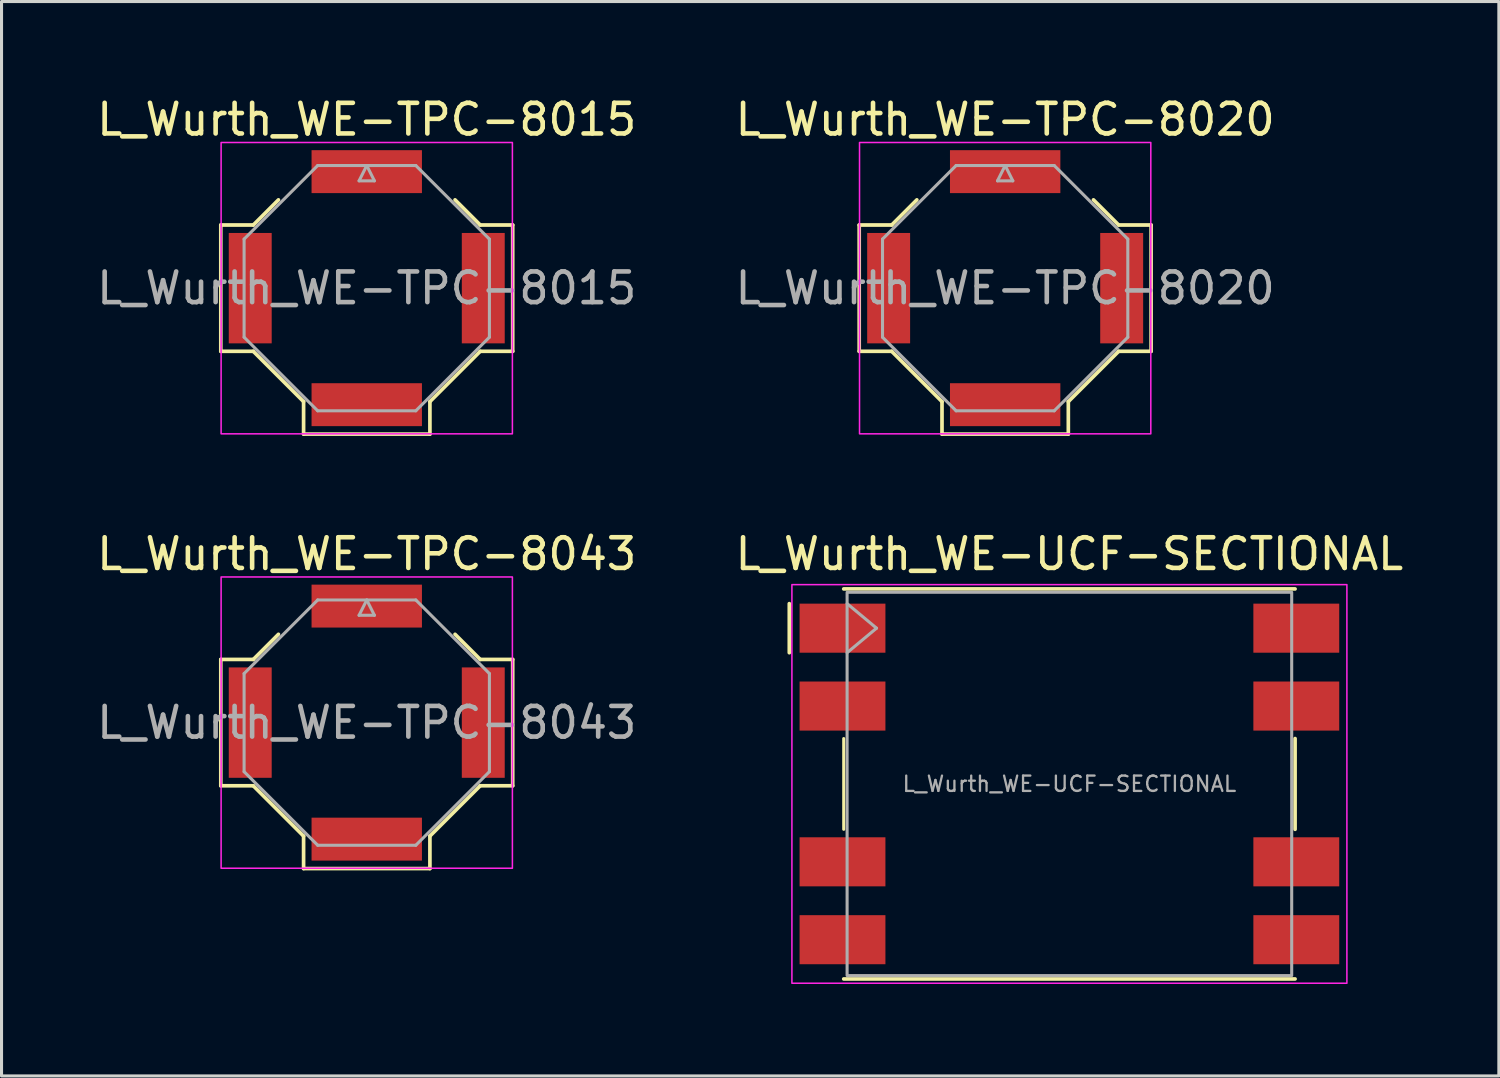
<source format=kicad_pcb>
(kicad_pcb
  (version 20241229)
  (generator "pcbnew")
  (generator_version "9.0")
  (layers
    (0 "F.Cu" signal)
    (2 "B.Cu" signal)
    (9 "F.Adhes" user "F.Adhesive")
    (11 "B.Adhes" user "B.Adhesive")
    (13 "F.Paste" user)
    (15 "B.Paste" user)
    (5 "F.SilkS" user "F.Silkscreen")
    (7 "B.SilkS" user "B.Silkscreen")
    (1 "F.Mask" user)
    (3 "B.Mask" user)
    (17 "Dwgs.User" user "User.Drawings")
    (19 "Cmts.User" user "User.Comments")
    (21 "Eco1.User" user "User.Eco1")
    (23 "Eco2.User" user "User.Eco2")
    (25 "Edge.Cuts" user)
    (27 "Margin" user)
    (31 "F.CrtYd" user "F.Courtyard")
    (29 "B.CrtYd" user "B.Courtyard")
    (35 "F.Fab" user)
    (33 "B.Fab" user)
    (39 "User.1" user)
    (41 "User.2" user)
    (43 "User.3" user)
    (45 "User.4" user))
  (footprint "L_Wurth_WE-TPC-8015"
    (layer "F.Cu")
    (at 8.911 6.348)
    (property "Reference" "L_Wurth_WE-TPC-8015" (at 0 -5.5 0) (unlocked yes) (layer "F.SilkS") (effects (font (size 1 1) (thickness 0.15))))
    (attr smd)
    (fp_line (start -4.76 -2.06) (end -4.76 2.06) (stroke (width 0.12) (type solid)) (layer "F.SilkS"))
    (fp_line (start -3.7 -2.06) (end -4.76 -2.06) (stroke (width 0.12) (type solid)) (layer "F.SilkS"))
    (fp_line (start -3.7 2.06) (end -4.76 2.06) (stroke (width 0.12) (type solid)) (layer "F.SilkS"))
    (fp_line (start -3.7 2.06) (end -2.06 3.7) (stroke (width 0.12) (type solid)) (layer "F.SilkS"))
    (fp_line (start -2.88 -2.88) (end -3.7 -2.06) (stroke (width 0.12) (type solid)) (layer "F.SilkS"))
    (fp_line (start -2.06 3.7) (end -2.06 4.76) (stroke (width 0.12) (type solid)) (layer "F.SilkS"))
    (fp_line (start -2.06 4.76) (end 2.06 4.76) (stroke (width 0.12) (type solid)) (layer "F.SilkS"))
    (fp_line (start 2.06 3.7) (end 2.06 4.76) (stroke (width 0.12) (type solid)) (layer "F.SilkS"))
    (fp_line (start 2.06 3.7) (end 3.7 2.06) (stroke (width 0.12) (type solid)) (layer "F.SilkS"))
    (fp_line (start 3.7 -2.06) (end 2.88 -2.88) (stroke (width 0.12) (type solid)) (layer "F.SilkS"))
    (fp_line (start 3.7 -2.06) (end 4.76 -2.06) (stroke (width 0.12) (type solid)) (layer "F.SilkS"))
    (fp_line (start 3.7 2.06) (end 4.76 2.06) (stroke (width 0.12) (type solid)) (layer "F.SilkS"))
    (fp_line (start 4.76 2.06) (end 4.76 -2.06) (stroke (width 0.12) (type solid)) (layer "F.SilkS"))
    (fp_rect (start -4.75 -4.75) (end 4.75 4.75) (stroke (width 0.05) (type solid)) (fill no) (layer "F.CrtYd"))
    (fp_line (start -4 -1.6) (end -4 1.6) (stroke (width 0.1) (type solid)) (layer "F.Fab"))
    (fp_line (start -4 -1.6) (end -1.6 -4) (stroke (width 0.1) (type solid)) (layer "F.Fab"))
    (fp_line (start -4 1.6) (end -1.6 4) (stroke (width 0.1) (type solid)) (layer "F.Fab"))
    (fp_line (start -1.6 -4) (end 1.6 -4) (stroke (width 0.1) (type solid)) (layer "F.Fab"))
    (fp_line (start -1.6 4) (end 1.6 4) (stroke (width 0.1) (type solid)) (layer "F.Fab"))
    (fp_line (start -0.25 -3.5) (end 0.25 -3.5) (stroke (width 0.1) (type solid)) (layer "F.Fab"))
    (fp_line (start 0 -4) (end -0.25 -3.5) (stroke (width 0.1) (type solid)) (layer "F.Fab"))
    (fp_line (start 0 -4) (end 0.25 -3.5) (stroke (width 0.1) (type solid)) (layer "F.Fab"))
    (fp_line (start 1.6 -4) (end 4 -1.6) (stroke (width 0.1) (type solid)) (layer "F.Fab"))
    (fp_line (start 1.6 4) (end 4 1.6) (stroke (width 0.1) (type solid)) (layer "F.Fab"))
    (fp_line (start 4 -1.6) (end 4 1.6) (stroke (width 0.1) (type solid)) (layer "F.Fab"))
    (fp_text user "${REFERENCE}" (at 0 0 0) (unlocked yes) (layer "F.Fab") (effects (font (size 1 1) (thickness 0.15))))
    (pad "1" smd rect (at 0 -3.8) (size 3.6 1.4) (layers "F.Cu" "F.Mask" "F.Paste"))
    (pad "2" smd rect (at 0 3.8) (size 3.6 1.4) (layers "F.Cu" "F.Mask" "F.Paste"))
    (pad "MP1" smd rect (at -3.8 0) (size 1.4 3.6) (layers "F.Cu" "F.Mask" "F.Paste"))
    (pad "MP2" smd rect (at 3.8 0) (size 1.4 3.6) (layers "F.Cu" "F.Mask" "F.Paste")))
  (footprint "L_Wurth_WE-TPC-8020"
    (layer "F.Cu")
    (at 29.732 6.348)
    (property "Reference" "L_Wurth_WE-TPC-8020" (at 0 -5.5 0) (unlocked yes) (layer "F.SilkS") (effects (font (size 1 1) (thickness 0.15))))
    (attr smd)
    (fp_line (start -4.76 -2.06) (end -4.76 2.06) (stroke (width 0.12) (type solid)) (layer "F.SilkS"))
    (fp_line (start -3.7 -2.06) (end -4.76 -2.06) (stroke (width 0.12) (type solid)) (layer "F.SilkS"))
    (fp_line (start -3.7 2.06) (end -4.76 2.06) (stroke (width 0.12) (type solid)) (layer "F.SilkS"))
    (fp_line (start -3.7 2.06) (end -2.06 3.7) (stroke (width 0.12) (type solid)) (layer "F.SilkS"))
    (fp_line (start -2.88 -2.88) (end -3.7 -2.06) (stroke (width 0.12) (type solid)) (layer "F.SilkS"))
    (fp_line (start -2.06 3.7) (end -2.06 4.76) (stroke (width 0.12) (type solid)) (layer "F.SilkS"))
    (fp_line (start -2.06 4.76) (end 2.06 4.76) (stroke (width 0.12) (type solid)) (layer "F.SilkS"))
    (fp_line (start 2.06 3.7) (end 2.06 4.76) (stroke (width 0.12) (type solid)) (layer "F.SilkS"))
    (fp_line (start 2.06 3.7) (end 3.7 2.06) (stroke (width 0.12) (type solid)) (layer "F.SilkS"))
    (fp_line (start 3.7 -2.06) (end 2.88 -2.88) (stroke (width 0.12) (type solid)) (layer "F.SilkS"))
    (fp_line (start 3.7 -2.06) (end 4.76 -2.06) (stroke (width 0.12) (type solid)) (layer "F.SilkS"))
    (fp_line (start 3.7 2.06) (end 4.76 2.06) (stroke (width 0.12) (type solid)) (layer "F.SilkS"))
    (fp_line (start 4.76 2.06) (end 4.76 -2.06) (stroke (width 0.12) (type solid)) (layer "F.SilkS"))
    (fp_rect (start -4.75 -4.75) (end 4.75 4.75) (stroke (width 0.05) (type solid)) (fill no) (layer "F.CrtYd"))
    (fp_line (start -4 -1.6) (end -4 1.6) (stroke (width 0.1) (type solid)) (layer "F.Fab"))
    (fp_line (start -4 -1.6) (end -1.6 -4) (stroke (width 0.1) (type solid)) (layer "F.Fab"))
    (fp_line (start -4 1.6) (end -1.6 4) (stroke (width 0.1) (type solid)) (layer "F.Fab"))
    (fp_line (start -1.6 -4) (end 1.6 -4) (stroke (width 0.1) (type solid)) (layer "F.Fab"))
    (fp_line (start -1.6 4) (end 1.6 4) (stroke (width 0.1) (type solid)) (layer "F.Fab"))
    (fp_line (start -0.25 -3.5) (end 0.25 -3.5) (stroke (width 0.1) (type solid)) (layer "F.Fab"))
    (fp_line (start 0 -4) (end -0.25 -3.5) (stroke (width 0.1) (type solid)) (layer "F.Fab"))
    (fp_line (start 0 -4) (end 0.25 -3.5) (stroke (width 0.1) (type solid)) (layer "F.Fab"))
    (fp_line (start 1.6 -4) (end 4 -1.6) (stroke (width 0.1) (type solid)) (layer "F.Fab"))
    (fp_line (start 1.6 4) (end 4 1.6) (stroke (width 0.1) (type solid)) (layer "F.Fab"))
    (fp_line (start 4 -1.6) (end 4 1.6) (stroke (width 0.1) (type solid)) (layer "F.Fab"))
    (fp_text user "${REFERENCE}" (at 0 0 0) (unlocked yes) (layer "F.Fab") (effects (font (size 1 1) (thickness 0.15))))
    (pad "1" smd rect (at 0 -3.8) (size 3.6 1.4) (layers "F.Cu" "F.Mask" "F.Paste"))
    (pad "2" smd rect (at 0 3.8) (size 3.6 1.4) (layers "F.Cu" "F.Mask" "F.Paste"))
    (pad "MP1" smd rect (at -3.8 0) (size 1.4 3.6) (layers "F.Cu" "F.Mask" "F.Paste"))
    (pad "MP2" smd rect (at 3.8 0) (size 1.4 3.6) (layers "F.Cu" "F.Mask" "F.Paste")))
  (footprint "L_Wurth_WE-UCF-SECTIONAL"
    (layer "F.Cu")
    (at 31.827 22.517)
    (property "Reference" "L_Wurth_WE-UCF-SECTIONAL" (at 0 -7.5 0) (unlocked yes) (layer "F.SilkS") (effects (font (size 1 1) (thickness 0.15))))
    (attr smd)
    (fp_line (start -9.135 -5.88) (end -9.135 -4.28) (stroke (width 0.12) (type solid)) (layer "F.SilkS"))
    (fp_line (start -7.36 -6.36) (end 7.36 -6.36) (stroke (width 0.12) (type default)) (layer "F.SilkS"))
    (fp_line (start -7.36 1.48) (end -7.36 -1.48) (stroke (width 0.1) (type default)) (layer "F.SilkS"))
    (fp_line (start 7.36 -1.48) (end 7.36 1.48) (stroke (width 0.12) (type default)) (layer "F.SilkS"))
    (fp_line (start 7.36 6.36) (end -7.36 6.36) (stroke (width 0.12) (type default)) (layer "F.SilkS"))
    (fp_rect (start -9.05 -6.5) (end 9.05 6.5) (stroke (width 0.05) (type solid)) (fill no) (layer "F.CrtYd"))
    (fp_line (start -7.25 -5.88) (end -6.29 -5.08) (stroke (width 0.1) (type solid)) (layer "F.Fab"))
    (fp_line (start -7.25 -4.28) (end -6.29 -5.08) (stroke (width 0.1) (type solid)) (layer "F.Fab"))
    (fp_rect (start -7.25 -6.25) (end 7.25 6.25) (stroke (width 0.1) (type solid)) (fill no) (layer "F.Fab"))
    (fp_text user "${REFERENCE}" (at 0 0 0) (unlocked yes) (layer "F.Fab") (effects (font (size 0.5 0.5) (thickness 0.075))))
    (pad "1" smd rect (at -7.4 -5.08) (size 2.8 1.6) (layers "F.Cu" "F.Mask" "F.Paste"))
    (pad "2" smd rect (at -7.4 -2.54) (size 2.8 1.6) (layers "F.Cu" "F.Mask" "F.Paste"))
    (pad "4" smd rect (at -7.4 2.54) (size 2.8 1.6) (layers "F.Cu" "F.Mask" "F.Paste"))
    (pad "5" smd rect (at -7.4 5.08) (size 2.8 1.6) (layers "F.Cu" "F.Mask" "F.Paste"))
    (pad "6" smd rect (at 7.4 5.08) (size 2.8 1.6) (layers "F.Cu" "F.Mask" "F.Paste"))
    (pad "7" smd rect (at 7.4 2.54) (size 2.8 1.6) (layers "F.Cu" "F.Mask" "F.Paste"))
    (pad "9" smd rect (at 7.4 -2.54) (size 2.8 1.6) (layers "F.Cu" "F.Mask" "F.Paste"))
    (pad "10" smd rect (at 7.4 -5.08) (size 2.8 1.6) (layers "F.Cu" "F.Mask" "F.Paste")))
  (footprint "L_Wurth_WE-TPC-8043"
    (layer "F.Cu")
    (at 8.911 20.517)
    (property "Reference" "L_Wurth_WE-TPC-8043" (at 0 -5.5 0) (unlocked yes) (layer "F.SilkS") (effects (font (size 1 1) (thickness 0.15))))
    (attr smd)
    (fp_line (start -4.76 -2.06) (end -4.76 2.06) (stroke (width 0.12) (type solid)) (layer "F.SilkS"))
    (fp_line (start -3.7 -2.06) (end -4.76 -2.06) (stroke (width 0.12) (type solid)) (layer "F.SilkS"))
    (fp_line (start -3.7 2.06) (end -4.76 2.06) (stroke (width 0.12) (type solid)) (layer "F.SilkS"))
    (fp_line (start -3.7 2.06) (end -2.06 3.7) (stroke (width 0.12) (type solid)) (layer "F.SilkS"))
    (fp_line (start -2.88 -2.88) (end -3.7 -2.06) (stroke (width 0.12) (type solid)) (layer "F.SilkS"))
    (fp_line (start -2.06 3.7) (end -2.06 4.76) (stroke (width 0.12) (type solid)) (layer "F.SilkS"))
    (fp_line (start -2.06 4.76) (end 2.06 4.76) (stroke (width 0.12) (type solid)) (layer "F.SilkS"))
    (fp_line (start 2.06 3.7) (end 2.06 4.76) (stroke (width 0.12) (type solid)) (layer "F.SilkS"))
    (fp_line (start 2.06 3.7) (end 3.7 2.06) (stroke (width 0.12) (type solid)) (layer "F.SilkS"))
    (fp_line (start 3.7 -2.06) (end 2.88 -2.88) (stroke (width 0.12) (type solid)) (layer "F.SilkS"))
    (fp_line (start 3.7 -2.06) (end 4.76 -2.06) (stroke (width 0.12) (type solid)) (layer "F.SilkS"))
    (fp_line (start 3.7 2.06) (end 4.76 2.06) (stroke (width 0.12) (type solid)) (layer "F.SilkS"))
    (fp_line (start 4.76 2.06) (end 4.76 -2.06) (stroke (width 0.12) (type solid)) (layer "F.SilkS"))
    (fp_rect (start -4.75 -4.75) (end 4.75 4.75) (stroke (width 0.05) (type solid)) (fill no) (layer "F.CrtYd"))
    (fp_line (start -4 -1.6) (end -4 1.6) (stroke (width 0.1) (type solid)) (layer "F.Fab"))
    (fp_line (start -4 -1.6) (end -1.6 -4) (stroke (width 0.1) (type solid)) (layer "F.Fab"))
    (fp_line (start -4 1.6) (end -1.6 4) (stroke (width 0.1) (type solid)) (layer "F.Fab"))
    (fp_line (start -1.6 -4) (end 1.6 -4) (stroke (width 0.1) (type solid)) (layer "F.Fab"))
    (fp_line (start -1.6 4) (end 1.6 4) (stroke (width 0.1) (type solid)) (layer "F.Fab"))
    (fp_line (start -0.25 -3.5) (end 0.25 -3.5) (stroke (width 0.1) (type solid)) (layer "F.Fab"))
    (fp_line (start 0 -4) (end -0.25 -3.5) (stroke (width 0.1) (type solid)) (layer "F.Fab"))
    (fp_line (start 0 -4) (end 0.25 -3.5) (stroke (width 0.1) (type solid)) (layer "F.Fab"))
    (fp_line (start 1.6 -4) (end 4 -1.6) (stroke (width 0.1) (type solid)) (layer "F.Fab"))
    (fp_line (start 1.6 4) (end 4 1.6) (stroke (width 0.1) (type solid)) (layer "F.Fab"))
    (fp_line (start 4 -1.6) (end 4 1.6) (stroke (width 0.1) (type solid)) (layer "F.Fab"))
    (fp_text user "${REFERENCE}" (at 0 0 0) (unlocked yes) (layer "F.Fab") (effects (font (size 1 1) (thickness 0.15))))
    (pad "1" smd rect (at 0 -3.8) (size 3.6 1.4) (layers "F.Cu" "F.Mask" "F.Paste"))
    (pad "2" smd rect (at 0 3.8) (size 3.6 1.4) (layers "F.Cu" "F.Mask" "F.Paste"))
    (pad "MP1" smd rect (at -3.8 0) (size 1.4 3.6) (layers "F.Cu" "F.Mask" "F.Paste"))
    (pad "MP2" smd rect (at 3.8 0) (size 1.4 3.6) (layers "F.Cu" "F.Mask" "F.Paste")))
  (gr_rect
    (start -3 -3)
    (end 45.833 32.041)
    (stroke (width 0.1) (type default))
    (fill no)
    (layer "Edge.Cuts")))
</source>
